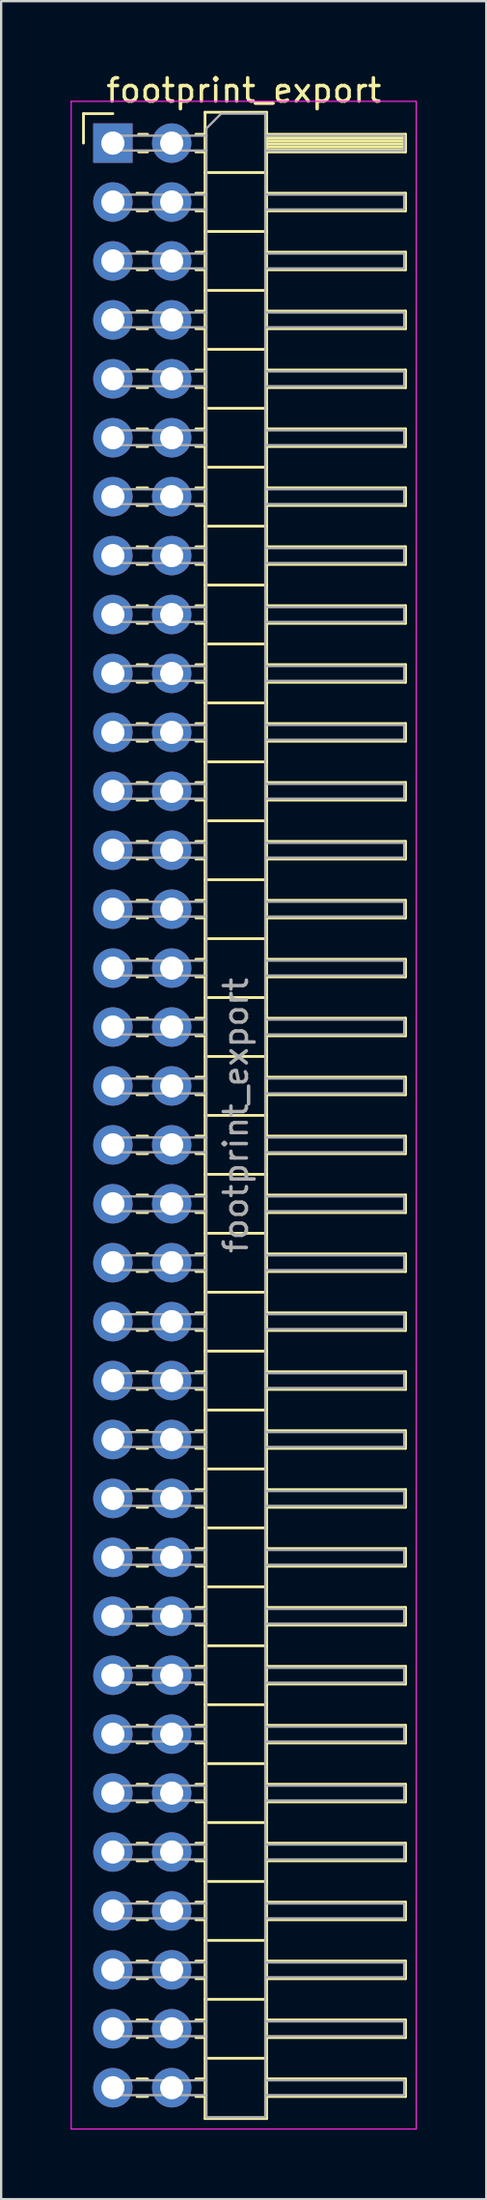
<source format=kicad_pcb>
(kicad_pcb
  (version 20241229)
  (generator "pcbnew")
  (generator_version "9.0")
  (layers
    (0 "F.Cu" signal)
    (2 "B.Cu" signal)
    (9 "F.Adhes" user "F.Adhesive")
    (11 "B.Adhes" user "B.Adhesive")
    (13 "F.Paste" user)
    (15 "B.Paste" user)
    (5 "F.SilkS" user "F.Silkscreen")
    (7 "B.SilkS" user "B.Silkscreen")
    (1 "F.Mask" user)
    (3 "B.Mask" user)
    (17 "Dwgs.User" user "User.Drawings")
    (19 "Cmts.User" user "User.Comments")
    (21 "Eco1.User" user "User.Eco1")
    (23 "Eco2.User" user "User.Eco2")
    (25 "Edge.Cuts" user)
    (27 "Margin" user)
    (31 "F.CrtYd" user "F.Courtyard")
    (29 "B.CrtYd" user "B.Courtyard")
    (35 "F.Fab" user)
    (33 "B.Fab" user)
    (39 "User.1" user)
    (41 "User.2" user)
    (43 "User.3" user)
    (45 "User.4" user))
  (footprint "footprint_export"
    (layer "F.Cu")
    (at 1.825 3.118)
    (property "Reference" "footprint_export" (at 5.655 -2.27 0) (layer "F.SilkS") (effects (font (size 1 1) (thickness 0.15))))
    (attr through_hole)
    (fp_line (start -1.27 -1.27) (end 0 -1.27) (stroke (width 0.12) (type solid)) (layer "F.SilkS"))
    (fp_line (start -1.27 0) (end -1.27 -1.27) (stroke (width 0.12) (type solid)) (layer "F.SilkS"))
    (fp_line (start 1.043 2.16) (end 1.497 2.16) (stroke (width 0.12) (type solid)) (layer "F.SilkS"))
    (fp_line (start 1.043 2.92) (end 1.497 2.92) (stroke (width 0.12) (type solid)) (layer "F.SilkS"))
    (fp_line (start 1.043 4.7) (end 1.497 4.7) (stroke (width 0.12) (type solid)) (layer "F.SilkS"))
    (fp_line (start 1.043 5.46) (end 1.497 5.46) (stroke (width 0.12) (type solid)) (layer "F.SilkS"))
    (fp_line (start 1.043 7.24) (end 1.497 7.24) (stroke (width 0.12) (type solid)) (layer "F.SilkS"))
    (fp_line (start 1.043 8) (end 1.497 8) (stroke (width 0.12) (type solid)) (layer "F.SilkS"))
    (fp_line (start 1.043 9.78) (end 1.497 9.78) (stroke (width 0.12) (type solid)) (layer "F.SilkS"))
    (fp_line (start 1.043 10.54) (end 1.497 10.54) (stroke (width 0.12) (type solid)) (layer "F.SilkS"))
    (fp_line (start 1.043 12.32) (end 1.497 12.32) (stroke (width 0.12) (type solid)) (layer "F.SilkS"))
    (fp_line (start 1.043 13.08) (end 1.497 13.08) (stroke (width 0.12) (type solid)) (layer "F.SilkS"))
    (fp_line (start 1.043 14.86) (end 1.497 14.86) (stroke (width 0.12) (type solid)) (layer "F.SilkS"))
    (fp_line (start 1.043 15.62) (end 1.497 15.62) (stroke (width 0.12) (type solid)) (layer "F.SilkS"))
    (fp_line (start 1.043 17.4) (end 1.497 17.4) (stroke (width 0.12) (type solid)) (layer "F.SilkS"))
    (fp_line (start 1.043 18.16) (end 1.497 18.16) (stroke (width 0.12) (type solid)) (layer "F.SilkS"))
    (fp_line (start 1.043 19.94) (end 1.497 19.94) (stroke (width 0.12) (type solid)) (layer "F.SilkS"))
    (fp_line (start 1.043 20.7) (end 1.497 20.7) (stroke (width 0.12) (type solid)) (layer "F.SilkS"))
    (fp_line (start 1.043 22.48) (end 1.497 22.48) (stroke (width 0.12) (type solid)) (layer "F.SilkS"))
    (fp_line (start 1.043 23.24) (end 1.497 23.24) (stroke (width 0.12) (type solid)) (layer "F.SilkS"))
    (fp_line (start 1.043 25.02) (end 1.497 25.02) (stroke (width 0.12) (type solid)) (layer "F.SilkS"))
    (fp_line (start 1.043 25.78) (end 1.497 25.78) (stroke (width 0.12) (type solid)) (layer "F.SilkS"))
    (fp_line (start 1.043 27.56) (end 1.497 27.56) (stroke (width 0.12) (type solid)) (layer "F.SilkS"))
    (fp_line (start 1.043 28.32) (end 1.497 28.32) (stroke (width 0.12) (type solid)) (layer "F.SilkS"))
    (fp_line (start 1.043 30.1) (end 1.497 30.1) (stroke (width 0.12) (type solid)) (layer "F.SilkS"))
    (fp_line (start 1.043 30.86) (end 1.497 30.86) (stroke (width 0.12) (type solid)) (layer "F.SilkS"))
    (fp_line (start 1.043 32.64) (end 1.497 32.64) (stroke (width 0.12) (type solid)) (layer "F.SilkS"))
    (fp_line (start 1.043 33.4) (end 1.497 33.4) (stroke (width 0.12) (type solid)) (layer "F.SilkS"))
    (fp_line (start 1.043 35.18) (end 1.497 35.18) (stroke (width 0.12) (type solid)) (layer "F.SilkS"))
    (fp_line (start 1.043 35.94) (end 1.497 35.94) (stroke (width 0.12) (type solid)) (layer "F.SilkS"))
    (fp_line (start 1.043 37.72) (end 1.497 37.72) (stroke (width 0.12) (type solid)) (layer "F.SilkS"))
    (fp_line (start 1.043 38.48) (end 1.497 38.48) (stroke (width 0.12) (type solid)) (layer "F.SilkS"))
    (fp_line (start 1.043 40.26) (end 1.497 40.26) (stroke (width 0.12) (type solid)) (layer "F.SilkS"))
    (fp_line (start 1.043 41.02) (end 1.497 41.02) (stroke (width 0.12) (type solid)) (layer "F.SilkS"))
    (fp_line (start 1.043 42.8) (end 1.497 42.8) (stroke (width 0.12) (type solid)) (layer "F.SilkS"))
    (fp_line (start 1.043 43.56) (end 1.497 43.56) (stroke (width 0.12) (type solid)) (layer "F.SilkS"))
    (fp_line (start 1.043 45.34) (end 1.497 45.34) (stroke (width 0.12) (type solid)) (layer "F.SilkS"))
    (fp_line (start 1.043 46.1) (end 1.497 46.1) (stroke (width 0.12) (type solid)) (layer "F.SilkS"))
    (fp_line (start 1.043 47.88) (end 1.497 47.88) (stroke (width 0.12) (type solid)) (layer "F.SilkS"))
    (fp_line (start 1.043 48.64) (end 1.497 48.64) (stroke (width 0.12) (type solid)) (layer "F.SilkS"))
    (fp_line (start 1.043 50.42) (end 1.497 50.42) (stroke (width 0.12) (type solid)) (layer "F.SilkS"))
    (fp_line (start 1.043 51.18) (end 1.497 51.18) (stroke (width 0.12) (type solid)) (layer "F.SilkS"))
    (fp_line (start 1.043 52.96) (end 1.497 52.96) (stroke (width 0.12) (type solid)) (layer "F.SilkS"))
    (fp_line (start 1.043 53.72) (end 1.497 53.72) (stroke (width 0.12) (type solid)) (layer "F.SilkS"))
    (fp_line (start 1.043 55.5) (end 1.497 55.5) (stroke (width 0.12) (type solid)) (layer "F.SilkS"))
    (fp_line (start 1.043 56.26) (end 1.497 56.26) (stroke (width 0.12) (type solid)) (layer "F.SilkS"))
    (fp_line (start 1.043 58.04) (end 1.497 58.04) (stroke (width 0.12) (type solid)) (layer "F.SilkS"))
    (fp_line (start 1.043 58.8) (end 1.497 58.8) (stroke (width 0.12) (type solid)) (layer "F.SilkS"))
    (fp_line (start 1.043 60.58) (end 1.497 60.58) (stroke (width 0.12) (type solid)) (layer "F.SilkS"))
    (fp_line (start 1.043 61.34) (end 1.497 61.34) (stroke (width 0.12) (type solid)) (layer "F.SilkS"))
    (fp_line (start 1.043 63.12) (end 1.497 63.12) (stroke (width 0.12) (type solid)) (layer "F.SilkS"))
    (fp_line (start 1.043 63.88) (end 1.497 63.88) (stroke (width 0.12) (type solid)) (layer "F.SilkS"))
    (fp_line (start 1.043 65.66) (end 1.497 65.66) (stroke (width 0.12) (type solid)) (layer "F.SilkS"))
    (fp_line (start 1.043 66.42) (end 1.497 66.42) (stroke (width 0.12) (type solid)) (layer "F.SilkS"))
    (fp_line (start 1.043 68.2) (end 1.497 68.2) (stroke (width 0.12) (type solid)) (layer "F.SilkS"))
    (fp_line (start 1.043 68.96) (end 1.497 68.96) (stroke (width 0.12) (type solid)) (layer "F.SilkS"))
    (fp_line (start 1.043 70.74) (end 1.497 70.74) (stroke (width 0.12) (type solid)) (layer "F.SilkS"))
    (fp_line (start 1.043 71.5) (end 1.497 71.5) (stroke (width 0.12) (type solid)) (layer "F.SilkS"))
    (fp_line (start 1.043 73.28) (end 1.497 73.28) (stroke (width 0.12) (type solid)) (layer "F.SilkS"))
    (fp_line (start 1.043 74.04) (end 1.497 74.04) (stroke (width 0.12) (type solid)) (layer "F.SilkS"))
    (fp_line (start 1.043 75.82) (end 1.497 75.82) (stroke (width 0.12) (type solid)) (layer "F.SilkS"))
    (fp_line (start 1.043 76.58) (end 1.497 76.58) (stroke (width 0.12) (type solid)) (layer "F.SilkS"))
    (fp_line (start 1.043 78.36) (end 1.497 78.36) (stroke (width 0.12) (type solid)) (layer "F.SilkS"))
    (fp_line (start 1.043 79.12) (end 1.497 79.12) (stroke (width 0.12) (type solid)) (layer "F.SilkS"))
    (fp_line (start 1.043 80.9) (end 1.497 80.9) (stroke (width 0.12) (type solid)) (layer "F.SilkS"))
    (fp_line (start 1.043 81.66) (end 1.497 81.66) (stroke (width 0.12) (type solid)) (layer "F.SilkS"))
    (fp_line (start 1.043 83.44) (end 1.497 83.44) (stroke (width 0.12) (type solid)) (layer "F.SilkS"))
    (fp_line (start 1.043 84.2) (end 1.497 84.2) (stroke (width 0.12) (type solid)) (layer "F.SilkS"))
    (fp_line (start 1.11 -0.38) (end 1.497 -0.38) (stroke (width 0.12) (type solid)) (layer "F.SilkS"))
    (fp_line (start 1.11 0.38) (end 1.497 0.38) (stroke (width 0.12) (type solid)) (layer "F.SilkS"))
    (fp_line (start 3.583 -0.38) (end 3.98 -0.38) (stroke (width 0.12) (type solid)) (layer "F.SilkS"))
    (fp_line (start 3.583 0.38) (end 3.98 0.38) (stroke (width 0.12) (type solid)) (layer "F.SilkS"))
    (fp_line (start 3.583 2.16) (end 3.98 2.16) (stroke (width 0.12) (type solid)) (layer "F.SilkS"))
    (fp_line (start 3.583 2.92) (end 3.98 2.92) (stroke (width 0.12) (type solid)) (layer "F.SilkS"))
    (fp_line (start 3.583 4.7) (end 3.98 4.7) (stroke (width 0.12) (type solid)) (layer "F.SilkS"))
    (fp_line (start 3.583 5.46) (end 3.98 5.46) (stroke (width 0.12) (type solid)) (layer "F.SilkS"))
    (fp_line (start 3.583 7.24) (end 3.98 7.24) (stroke (width 0.12) (type solid)) (layer "F.SilkS"))
    (fp_line (start 3.583 8) (end 3.98 8) (stroke (width 0.12) (type solid)) (layer "F.SilkS"))
    (fp_line (start 3.583 9.78) (end 3.98 9.78) (stroke (width 0.12) (type solid)) (layer "F.SilkS"))
    (fp_line (start 3.583 10.54) (end 3.98 10.54) (stroke (width 0.12) (type solid)) (layer "F.SilkS"))
    (fp_line (start 3.583 12.32) (end 3.98 12.32) (stroke (width 0.12) (type solid)) (layer "F.SilkS"))
    (fp_line (start 3.583 13.08) (end 3.98 13.08) (stroke (width 0.12) (type solid)) (layer "F.SilkS"))
    (fp_line (start 3.583 14.86) (end 3.98 14.86) (stroke (width 0.12) (type solid)) (layer "F.SilkS"))
    (fp_line (start 3.583 15.62) (end 3.98 15.62) (stroke (width 0.12) (type solid)) (layer "F.SilkS"))
    (fp_line (start 3.583 17.4) (end 3.98 17.4) (stroke (width 0.12) (type solid)) (layer "F.SilkS"))
    (fp_line (start 3.583 18.16) (end 3.98 18.16) (stroke (width 0.12) (type solid)) (layer "F.SilkS"))
    (fp_line (start 3.583 19.94) (end 3.98 19.94) (stroke (width 0.12) (type solid)) (layer "F.SilkS"))
    (fp_line (start 3.583 20.7) (end 3.98 20.7) (stroke (width 0.12) (type solid)) (layer "F.SilkS"))
    (fp_line (start 3.583 22.48) (end 3.98 22.48) (stroke (width 0.12) (type solid)) (layer "F.SilkS"))
    (fp_line (start 3.583 23.24) (end 3.98 23.24) (stroke (width 0.12) (type solid)) (layer "F.SilkS"))
    (fp_line (start 3.583 25.02) (end 3.98 25.02) (stroke (width 0.12) (type solid)) (layer "F.SilkS"))
    (fp_line (start 3.583 25.78) (end 3.98 25.78) (stroke (width 0.12) (type solid)) (layer "F.SilkS"))
    (fp_line (start 3.583 27.56) (end 3.98 27.56) (stroke (width 0.12) (type solid)) (layer "F.SilkS"))
    (fp_line (start 3.583 28.32) (end 3.98 28.32) (stroke (width 0.12) (type solid)) (layer "F.SilkS"))
    (fp_line (start 3.583 30.1) (end 3.98 30.1) (stroke (width 0.12) (type solid)) (layer "F.SilkS"))
    (fp_line (start 3.583 30.86) (end 3.98 30.86) (stroke (width 0.12) (type solid)) (layer "F.SilkS"))
    (fp_line (start 3.583 32.64) (end 3.98 32.64) (stroke (width 0.12) (type solid)) (layer "F.SilkS"))
    (fp_line (start 3.583 33.4) (end 3.98 33.4) (stroke (width 0.12) (type solid)) (layer "F.SilkS"))
    (fp_line (start 3.583 35.18) (end 3.98 35.18) (stroke (width 0.12) (type solid)) (layer "F.SilkS"))
    (fp_line (start 3.583 35.94) (end 3.98 35.94) (stroke (width 0.12) (type solid)) (layer "F.SilkS"))
    (fp_line (start 3.583 37.72) (end 3.98 37.72) (stroke (width 0.12) (type solid)) (layer "F.SilkS"))
    (fp_line (start 3.583 38.48) (end 3.98 38.48) (stroke (width 0.12) (type solid)) (layer "F.SilkS"))
    (fp_line (start 3.583 40.26) (end 3.98 40.26) (stroke (width 0.12) (type solid)) (layer "F.SilkS"))
    (fp_line (start 3.583 41.02) (end 3.98 41.02) (stroke (width 0.12) (type solid)) (layer "F.SilkS"))
    (fp_line (start 3.583 42.8) (end 3.98 42.8) (stroke (width 0.12) (type solid)) (layer "F.SilkS"))
    (fp_line (start 3.583 43.56) (end 3.98 43.56) (stroke (width 0.12) (type solid)) (layer "F.SilkS"))
    (fp_line (start 3.583 45.34) (end 3.98 45.34) (stroke (width 0.12) (type solid)) (layer "F.SilkS"))
    (fp_line (start 3.583 46.1) (end 3.98 46.1) (stroke (width 0.12) (type solid)) (layer "F.SilkS"))
    (fp_line (start 3.583 47.88) (end 3.98 47.88) (stroke (width 0.12) (type solid)) (layer "F.SilkS"))
    (fp_line (start 3.583 48.64) (end 3.98 48.64) (stroke (width 0.12) (type solid)) (layer "F.SilkS"))
    (fp_line (start 3.583 50.42) (end 3.98 50.42) (stroke (width 0.12) (type solid)) (layer "F.SilkS"))
    (fp_line (start 3.583 51.18) (end 3.98 51.18) (stroke (width 0.12) (type solid)) (layer "F.SilkS"))
    (fp_line (start 3.583 52.96) (end 3.98 52.96) (stroke (width 0.12) (type solid)) (layer "F.SilkS"))
    (fp_line (start 3.583 53.72) (end 3.98 53.72) (stroke (width 0.12) (type solid)) (layer "F.SilkS"))
    (fp_line (start 3.583 55.5) (end 3.98 55.5) (stroke (width 0.12) (type solid)) (layer "F.SilkS"))
    (fp_line (start 3.583 56.26) (end 3.98 56.26) (stroke (width 0.12) (type solid)) (layer "F.SilkS"))
    (fp_line (start 3.583 58.04) (end 3.98 58.04) (stroke (width 0.12) (type solid)) (layer "F.SilkS"))
    (fp_line (start 3.583 58.8) (end 3.98 58.8) (stroke (width 0.12) (type solid)) (layer "F.SilkS"))
    (fp_line (start 3.583 60.58) (end 3.98 60.58) (stroke (width 0.12) (type solid)) (layer "F.SilkS"))
    (fp_line (start 3.583 61.34) (end 3.98 61.34) (stroke (width 0.12) (type solid)) (layer "F.SilkS"))
    (fp_line (start 3.583 63.12) (end 3.98 63.12) (stroke (width 0.12) (type solid)) (layer "F.SilkS"))
    (fp_line (start 3.583 63.88) (end 3.98 63.88) (stroke (width 0.12) (type solid)) (layer "F.SilkS"))
    (fp_line (start 3.583 65.66) (end 3.98 65.66) (stroke (width 0.12) (type solid)) (layer "F.SilkS"))
    (fp_line (start 3.583 66.42) (end 3.98 66.42) (stroke (width 0.12) (type solid)) (layer "F.SilkS"))
    (fp_line (start 3.583 68.2) (end 3.98 68.2) (stroke (width 0.12) (type solid)) (layer "F.SilkS"))
    (fp_line (start 3.583 68.96) (end 3.98 68.96) (stroke (width 0.12) (type solid)) (layer "F.SilkS"))
    (fp_line (start 3.583 70.74) (end 3.98 70.74) (stroke (width 0.12) (type solid)) (layer "F.SilkS"))
    (fp_line (start 3.583 71.5) (end 3.98 71.5) (stroke (width 0.12) (type solid)) (layer "F.SilkS"))
    (fp_line (start 3.583 73.28) (end 3.98 73.28) (stroke (width 0.12) (type solid)) (layer "F.SilkS"))
    (fp_line (start 3.583 74.04) (end 3.98 74.04) (stroke (width 0.12) (type solid)) (layer "F.SilkS"))
    (fp_line (start 3.583 75.82) (end 3.98 75.82) (stroke (width 0.12) (type solid)) (layer "F.SilkS"))
    (fp_line (start 3.583 76.58) (end 3.98 76.58) (stroke (width 0.12) (type solid)) (layer "F.SilkS"))
    (fp_line (start 3.583 78.36) (end 3.98 78.36) (stroke (width 0.12) (type solid)) (layer "F.SilkS"))
    (fp_line (start 3.583 79.12) (end 3.98 79.12) (stroke (width 0.12) (type solid)) (layer "F.SilkS"))
    (fp_line (start 3.583 80.9) (end 3.98 80.9) (stroke (width 0.12) (type solid)) (layer "F.SilkS"))
    (fp_line (start 3.583 81.66) (end 3.98 81.66) (stroke (width 0.12) (type solid)) (layer "F.SilkS"))
    (fp_line (start 3.583 83.44) (end 3.98 83.44) (stroke (width 0.12) (type solid)) (layer "F.SilkS"))
    (fp_line (start 3.583 84.2) (end 3.98 84.2) (stroke (width 0.12) (type solid)) (layer "F.SilkS"))
    (fp_line (start 3.98 -1.33) (end 3.98 85.15) (stroke (width 0.12) (type solid)) (layer "F.SilkS"))
    (fp_line (start 3.98 1.27) (end 6.64 1.27) (stroke (width 0.12) (type solid)) (layer "F.SilkS"))
    (fp_line (start 3.98 3.81) (end 6.64 3.81) (stroke (width 0.12) (type solid)) (layer "F.SilkS"))
    (fp_line (start 3.98 6.35) (end 6.64 6.35) (stroke (width 0.12) (type solid)) (layer "F.SilkS"))
    (fp_line (start 3.98 8.89) (end 6.64 8.89) (stroke (width 0.12) (type solid)) (layer "F.SilkS"))
    (fp_line (start 3.98 11.43) (end 6.64 11.43) (stroke (width 0.12) (type solid)) (layer "F.SilkS"))
    (fp_line (start 3.98 13.97) (end 6.64 13.97) (stroke (width 0.12) (type solid)) (layer "F.SilkS"))
    (fp_line (start 3.98 16.51) (end 6.64 16.51) (stroke (width 0.12) (type solid)) (layer "F.SilkS"))
    (fp_line (start 3.98 19.05) (end 6.64 19.05) (stroke (width 0.12) (type solid)) (layer "F.SilkS"))
    (fp_line (start 3.98 21.59) (end 6.64 21.59) (stroke (width 0.12) (type solid)) (layer "F.SilkS"))
    (fp_line (start 3.98 24.13) (end 6.64 24.13) (stroke (width 0.12) (type solid)) (layer "F.SilkS"))
    (fp_line (start 3.98 26.67) (end 6.64 26.67) (stroke (width 0.12) (type solid)) (layer "F.SilkS"))
    (fp_line (start 3.98 29.21) (end 6.64 29.21) (stroke (width 0.12) (type solid)) (layer "F.SilkS"))
    (fp_line (start 3.98 31.75) (end 6.64 31.75) (stroke (width 0.12) (type solid)) (layer "F.SilkS"))
    (fp_line (start 3.98 34.29) (end 6.64 34.29) (stroke (width 0.12) (type solid)) (layer "F.SilkS"))
    (fp_line (start 3.98 36.83) (end 6.64 36.83) (stroke (width 0.12) (type solid)) (layer "F.SilkS"))
    (fp_line (start 3.98 39.37) (end 6.64 39.37) (stroke (width 0.12) (type solid)) (layer "F.SilkS"))
    (fp_line (start 3.98 41.91) (end 6.64 41.91) (stroke (width 0.12) (type solid)) (layer "F.SilkS"))
    (fp_line (start 3.98 44.45) (end 6.64 44.45) (stroke (width 0.12) (type solid)) (layer "F.SilkS"))
    (fp_line (start 3.98 46.99) (end 6.64 46.99) (stroke (width 0.12) (type solid)) (layer "F.SilkS"))
    (fp_line (start 3.98 49.53) (end 6.64 49.53) (stroke (width 0.12) (type solid)) (layer "F.SilkS"))
    (fp_line (start 3.98 52.07) (end 6.64 52.07) (stroke (width 0.12) (type solid)) (layer "F.SilkS"))
    (fp_line (start 3.98 54.61) (end 6.64 54.61) (stroke (width 0.12) (type solid)) (layer "F.SilkS"))
    (fp_line (start 3.98 57.15) (end 6.64 57.15) (stroke (width 0.12) (type solid)) (layer "F.SilkS"))
    (fp_line (start 3.98 59.69) (end 6.64 59.69) (stroke (width 0.12) (type solid)) (layer "F.SilkS"))
    (fp_line (start 3.98 62.23) (end 6.64 62.23) (stroke (width 0.12) (type solid)) (layer "F.SilkS"))
    (fp_line (start 3.98 64.77) (end 6.64 64.77) (stroke (width 0.12) (type solid)) (layer "F.SilkS"))
    (fp_line (start 3.98 67.31) (end 6.64 67.31) (stroke (width 0.12) (type solid)) (layer "F.SilkS"))
    (fp_line (start 3.98 69.85) (end 6.64 69.85) (stroke (width 0.12) (type solid)) (layer "F.SilkS"))
    (fp_line (start 3.98 72.39) (end 6.64 72.39) (stroke (width 0.12) (type solid)) (layer "F.SilkS"))
    (fp_line (start 3.98 74.93) (end 6.64 74.93) (stroke (width 0.12) (type solid)) (layer "F.SilkS"))
    (fp_line (start 3.98 77.47) (end 6.64 77.47) (stroke (width 0.12) (type solid)) (layer "F.SilkS"))
    (fp_line (start 3.98 80.01) (end 6.64 80.01) (stroke (width 0.12) (type solid)) (layer "F.SilkS"))
    (fp_line (start 3.98 82.55) (end 6.64 82.55) (stroke (width 0.12) (type solid)) (layer "F.SilkS"))
    (fp_line (start 3.98 85.15) (end 6.64 85.15) (stroke (width 0.12) (type solid)) (layer "F.SilkS"))
    (fp_line (start 6.64 -1.33) (end 3.98 -1.33) (stroke (width 0.12) (type solid)) (layer "F.SilkS"))
    (fp_line (start 6.64 -0.38) (end 12.64 -0.38) (stroke (width 0.12) (type solid)) (layer "F.SilkS"))
    (fp_line (start 6.64 -0.32) (end 12.64 -0.32) (stroke (width 0.12) (type solid)) (layer "F.SilkS"))
    (fp_line (start 6.64 -0.2) (end 12.64 -0.2) (stroke (width 0.12) (type solid)) (layer "F.SilkS"))
    (fp_line (start 6.64 -0.08) (end 12.64 -0.08) (stroke (width 0.12) (type solid)) (layer "F.SilkS"))
    (fp_line (start 6.64 0.04) (end 12.64 0.04) (stroke (width 0.12) (type solid)) (layer "F.SilkS"))
    (fp_line (start 6.64 0.16) (end 12.64 0.16) (stroke (width 0.12) (type solid)) (layer "F.SilkS"))
    (fp_line (start 6.64 0.28) (end 12.64 0.28) (stroke (width 0.12) (type solid)) (layer "F.SilkS"))
    (fp_line (start 6.64 2.16) (end 12.64 2.16) (stroke (width 0.12) (type solid)) (layer "F.SilkS"))
    (fp_line (start 6.64 4.7) (end 12.64 4.7) (stroke (width 0.12) (type solid)) (layer "F.SilkS"))
    (fp_line (start 6.64 7.24) (end 12.64 7.24) (stroke (width 0.12) (type solid)) (layer "F.SilkS"))
    (fp_line (start 6.64 9.78) (end 12.64 9.78) (stroke (width 0.12) (type solid)) (layer "F.SilkS"))
    (fp_line (start 6.64 12.32) (end 12.64 12.32) (stroke (width 0.12) (type solid)) (layer "F.SilkS"))
    (fp_line (start 6.64 14.86) (end 12.64 14.86) (stroke (width 0.12) (type solid)) (layer "F.SilkS"))
    (fp_line (start 6.64 17.4) (end 12.64 17.4) (stroke (width 0.12) (type solid)) (layer "F.SilkS"))
    (fp_line (start 6.64 19.94) (end 12.64 19.94) (stroke (width 0.12) (type solid)) (layer "F.SilkS"))
    (fp_line (start 6.64 22.48) (end 12.64 22.48) (stroke (width 0.12) (type solid)) (layer "F.SilkS"))
    (fp_line (start 6.64 25.02) (end 12.64 25.02) (stroke (width 0.12) (type solid)) (layer "F.SilkS"))
    (fp_line (start 6.64 27.56) (end 12.64 27.56) (stroke (width 0.12) (type solid)) (layer "F.SilkS"))
    (fp_line (start 6.64 30.1) (end 12.64 30.1) (stroke (width 0.12) (type solid)) (layer "F.SilkS"))
    (fp_line (start 6.64 32.64) (end 12.64 32.64) (stroke (width 0.12) (type solid)) (layer "F.SilkS"))
    (fp_line (start 6.64 35.18) (end 12.64 35.18) (stroke (width 0.12) (type solid)) (layer "F.SilkS"))
    (fp_line (start 6.64 37.72) (end 12.64 37.72) (stroke (width 0.12) (type solid)) (layer "F.SilkS"))
    (fp_line (start 6.64 40.26) (end 12.64 40.26) (stroke (width 0.12) (type solid)) (layer "F.SilkS"))
    (fp_line (start 6.64 42.8) (end 12.64 42.8) (stroke (width 0.12) (type solid)) (layer "F.SilkS"))
    (fp_line (start 6.64 45.34) (end 12.64 45.34) (stroke (width 0.12) (type solid)) (layer "F.SilkS"))
    (fp_line (start 6.64 47.88) (end 12.64 47.88) (stroke (width 0.12) (type solid)) (layer "F.SilkS"))
    (fp_line (start 6.64 50.42) (end 12.64 50.42) (stroke (width 0.12) (type solid)) (layer "F.SilkS"))
    (fp_line (start 6.64 52.96) (end 12.64 52.96) (stroke (width 0.12) (type solid)) (layer "F.SilkS"))
    (fp_line (start 6.64 55.5) (end 12.64 55.5) (stroke (width 0.12) (type solid)) (layer "F.SilkS"))
    (fp_line (start 6.64 58.04) (end 12.64 58.04) (stroke (width 0.12) (type solid)) (layer "F.SilkS"))
    (fp_line (start 6.64 60.58) (end 12.64 60.58) (stroke (width 0.12) (type solid)) (layer "F.SilkS"))
    (fp_line (start 6.64 63.12) (end 12.64 63.12) (stroke (width 0.12) (type solid)) (layer "F.SilkS"))
    (fp_line (start 6.64 65.66) (end 12.64 65.66) (stroke (width 0.12) (type solid)) (layer "F.SilkS"))
    (fp_line (start 6.64 68.2) (end 12.64 68.2) (stroke (width 0.12) (type solid)) (layer "F.SilkS"))
    (fp_line (start 6.64 70.74) (end 12.64 70.74) (stroke (width 0.12) (type solid)) (layer "F.SilkS"))
    (fp_line (start 6.64 73.28) (end 12.64 73.28) (stroke (width 0.12) (type solid)) (layer "F.SilkS"))
    (fp_line (start 6.64 75.82) (end 12.64 75.82) (stroke (width 0.12) (type solid)) (layer "F.SilkS"))
    (fp_line (start 6.64 78.36) (end 12.64 78.36) (stroke (width 0.12) (type solid)) (layer "F.SilkS"))
    (fp_line (start 6.64 80.9) (end 12.64 80.9) (stroke (width 0.12) (type solid)) (layer "F.SilkS"))
    (fp_line (start 6.64 83.44) (end 12.64 83.44) (stroke (width 0.12) (type solid)) (layer "F.SilkS"))
    (fp_line (start 6.64 85.15) (end 6.64 -1.33) (stroke (width 0.12) (type solid)) (layer "F.SilkS"))
    (fp_line (start 12.64 -0.38) (end 12.64 0.38) (stroke (width 0.12) (type solid)) (layer "F.SilkS"))
    (fp_line (start 12.64 0.38) (end 6.64 0.38) (stroke (width 0.12) (type solid)) (layer "F.SilkS"))
    (fp_line (start 12.64 2.16) (end 12.64 2.92) (stroke (width 0.12) (type solid)) (layer "F.SilkS"))
    (fp_line (start 12.64 2.92) (end 6.64 2.92) (stroke (width 0.12) (type solid)) (layer "F.SilkS"))
    (fp_line (start 12.64 4.7) (end 12.64 5.46) (stroke (width 0.12) (type solid)) (layer "F.SilkS"))
    (fp_line (start 12.64 5.46) (end 6.64 5.46) (stroke (width 0.12) (type solid)) (layer "F.SilkS"))
    (fp_line (start 12.64 7.24) (end 12.64 8) (stroke (width 0.12) (type solid)) (layer "F.SilkS"))
    (fp_line (start 12.64 8) (end 6.64 8) (stroke (width 0.12) (type solid)) (layer "F.SilkS"))
    (fp_line (start 12.64 9.78) (end 12.64 10.54) (stroke (width 0.12) (type solid)) (layer "F.SilkS"))
    (fp_line (start 12.64 10.54) (end 6.64 10.54) (stroke (width 0.12) (type solid)) (layer "F.SilkS"))
    (fp_line (start 12.64 12.32) (end 12.64 13.08) (stroke (width 0.12) (type solid)) (layer "F.SilkS"))
    (fp_line (start 12.64 13.08) (end 6.64 13.08) (stroke (width 0.12) (type solid)) (layer "F.SilkS"))
    (fp_line (start 12.64 14.86) (end 12.64 15.62) (stroke (width 0.12) (type solid)) (layer "F.SilkS"))
    (fp_line (start 12.64 15.62) (end 6.64 15.62) (stroke (width 0.12) (type solid)) (layer "F.SilkS"))
    (fp_line (start 12.64 17.4) (end 12.64 18.16) (stroke (width 0.12) (type solid)) (layer "F.SilkS"))
    (fp_line (start 12.64 18.16) (end 6.64 18.16) (stroke (width 0.12) (type solid)) (layer "F.SilkS"))
    (fp_line (start 12.64 19.94) (end 12.64 20.7) (stroke (width 0.12) (type solid)) (layer "F.SilkS"))
    (fp_line (start 12.64 20.7) (end 6.64 20.7) (stroke (width 0.12) (type solid)) (layer "F.SilkS"))
    (fp_line (start 12.64 22.48) (end 12.64 23.24) (stroke (width 0.12) (type solid)) (layer "F.SilkS"))
    (fp_line (start 12.64 23.24) (end 6.64 23.24) (stroke (width 0.12) (type solid)) (layer "F.SilkS"))
    (fp_line (start 12.64 25.02) (end 12.64 25.78) (stroke (width 0.12) (type solid)) (layer "F.SilkS"))
    (fp_line (start 12.64 25.78) (end 6.64 25.78) (stroke (width 0.12) (type solid)) (layer "F.SilkS"))
    (fp_line (start 12.64 27.56) (end 12.64 28.32) (stroke (width 0.12) (type solid)) (layer "F.SilkS"))
    (fp_line (start 12.64 28.32) (end 6.64 28.32) (stroke (width 0.12) (type solid)) (layer "F.SilkS"))
    (fp_line (start 12.64 30.1) (end 12.64 30.86) (stroke (width 0.12) (type solid)) (layer "F.SilkS"))
    (fp_line (start 12.64 30.86) (end 6.64 30.86) (stroke (width 0.12) (type solid)) (layer "F.SilkS"))
    (fp_line (start 12.64 32.64) (end 12.64 33.4) (stroke (width 0.12) (type solid)) (layer "F.SilkS"))
    (fp_line (start 12.64 33.4) (end 6.64 33.4) (stroke (width 0.12) (type solid)) (layer "F.SilkS"))
    (fp_line (start 12.64 35.18) (end 12.64 35.94) (stroke (width 0.12) (type solid)) (layer "F.SilkS"))
    (fp_line (start 12.64 35.94) (end 6.64 35.94) (stroke (width 0.12) (type solid)) (layer "F.SilkS"))
    (fp_line (start 12.64 37.72) (end 12.64 38.48) (stroke (width 0.12) (type solid)) (layer "F.SilkS"))
    (fp_line (start 12.64 38.48) (end 6.64 38.48) (stroke (width 0.12) (type solid)) (layer "F.SilkS"))
    (fp_line (start 12.64 40.26) (end 12.64 41.02) (stroke (width 0.12) (type solid)) (layer "F.SilkS"))
    (fp_line (start 12.64 41.02) (end 6.64 41.02) (stroke (width 0.12) (type solid)) (layer "F.SilkS"))
    (fp_line (start 12.64 42.8) (end 12.64 43.56) (stroke (width 0.12) (type solid)) (layer "F.SilkS"))
    (fp_line (start 12.64 43.56) (end 6.64 43.56) (stroke (width 0.12) (type solid)) (layer "F.SilkS"))
    (fp_line (start 12.64 45.34) (end 12.64 46.1) (stroke (width 0.12) (type solid)) (layer "F.SilkS"))
    (fp_line (start 12.64 46.1) (end 6.64 46.1) (stroke (width 0.12) (type solid)) (layer "F.SilkS"))
    (fp_line (start 12.64 47.88) (end 12.64 48.64) (stroke (width 0.12) (type solid)) (layer "F.SilkS"))
    (fp_line (start 12.64 48.64) (end 6.64 48.64) (stroke (width 0.12) (type solid)) (layer "F.SilkS"))
    (fp_line (start 12.64 50.42) (end 12.64 51.18) (stroke (width 0.12) (type solid)) (layer "F.SilkS"))
    (fp_line (start 12.64 51.18) (end 6.64 51.18) (stroke (width 0.12) (type solid)) (layer "F.SilkS"))
    (fp_line (start 12.64 52.96) (end 12.64 53.72) (stroke (width 0.12) (type solid)) (layer "F.SilkS"))
    (fp_line (start 12.64 53.72) (end 6.64 53.72) (stroke (width 0.12) (type solid)) (layer "F.SilkS"))
    (fp_line (start 12.64 55.5) (end 12.64 56.26) (stroke (width 0.12) (type solid)) (layer "F.SilkS"))
    (fp_line (start 12.64 56.26) (end 6.64 56.26) (stroke (width 0.12) (type solid)) (layer "F.SilkS"))
    (fp_line (start 12.64 58.04) (end 12.64 58.8) (stroke (width 0.12) (type solid)) (layer "F.SilkS"))
    (fp_line (start 12.64 58.8) (end 6.64 58.8) (stroke (width 0.12) (type solid)) (layer "F.SilkS"))
    (fp_line (start 12.64 60.58) (end 12.64 61.34) (stroke (width 0.12) (type solid)) (layer "F.SilkS"))
    (fp_line (start 12.64 61.34) (end 6.64 61.34) (stroke (width 0.12) (type solid)) (layer "F.SilkS"))
    (fp_line (start 12.64 63.12) (end 12.64 63.88) (stroke (width 0.12) (type solid)) (layer "F.SilkS"))
    (fp_line (start 12.64 63.88) (end 6.64 63.88) (stroke (width 0.12) (type solid)) (layer "F.SilkS"))
    (fp_line (start 12.64 65.66) (end 12.64 66.42) (stroke (width 0.12) (type solid)) (layer "F.SilkS"))
    (fp_line (start 12.64 66.42) (end 6.64 66.42) (stroke (width 0.12) (type solid)) (layer "F.SilkS"))
    (fp_line (start 12.64 68.2) (end 12.64 68.96) (stroke (width 0.12) (type solid)) (layer "F.SilkS"))
    (fp_line (start 12.64 68.96) (end 6.64 68.96) (stroke (width 0.12) (type solid)) (layer "F.SilkS"))
    (fp_line (start 12.64 70.74) (end 12.64 71.5) (stroke (width 0.12) (type solid)) (layer "F.SilkS"))
    (fp_line (start 12.64 71.5) (end 6.64 71.5) (stroke (width 0.12) (type solid)) (layer "F.SilkS"))
    (fp_line (start 12.64 73.28) (end 12.64 74.04) (stroke (width 0.12) (type solid)) (layer "F.SilkS"))
    (fp_line (start 12.64 74.04) (end 6.64 74.04) (stroke (width 0.12) (type solid)) (layer "F.SilkS"))
    (fp_line (start 12.64 75.82) (end 12.64 76.58) (stroke (width 0.12) (type solid)) (layer "F.SilkS"))
    (fp_line (start 12.64 76.58) (end 6.64 76.58) (stroke (width 0.12) (type solid)) (layer "F.SilkS"))
    (fp_line (start 12.64 78.36) (end 12.64 79.12) (stroke (width 0.12) (type solid)) (layer "F.SilkS"))
    (fp_line (start 12.64 79.12) (end 6.64 79.12) (stroke (width 0.12) (type solid)) (layer "F.SilkS"))
    (fp_line (start 12.64 80.9) (end 12.64 81.66) (stroke (width 0.12) (type solid)) (layer "F.SilkS"))
    (fp_line (start 12.64 81.66) (end 6.64 81.66) (stroke (width 0.12) (type solid)) (layer "F.SilkS"))
    (fp_line (start 12.64 83.44) (end 12.64 84.2) (stroke (width 0.12) (type solid)) (layer "F.SilkS"))
    (fp_line (start 12.64 84.2) (end 6.64 84.2) (stroke (width 0.12) (type solid)) (layer "F.SilkS"))
    (fp_line (start -1.8 -1.8) (end -1.8 85.6) (stroke (width 0.05) (type solid)) (layer "F.CrtYd"))
    (fp_line (start -1.8 85.6) (end 13.1 85.6) (stroke (width 0.05) (type solid)) (layer "F.CrtYd"))
    (fp_line (start 13.1 -1.8) (end -1.8 -1.8) (stroke (width 0.05) (type solid)) (layer "F.CrtYd"))
    (fp_line (start 13.1 85.6) (end 13.1 -1.8) (stroke (width 0.05) (type solid)) (layer "F.CrtYd"))
    (fp_line (start -0.32 -0.32) (end -0.32 0.32) (stroke (width 0.1) (type solid)) (layer "F.Fab"))
    (fp_line (start -0.32 -0.32) (end 4.04 -0.32) (stroke (width 0.1) (type solid)) (layer "F.Fab"))
    (fp_line (start -0.32 0.32) (end 4.04 0.32) (stroke (width 0.1) (type solid)) (layer "F.Fab"))
    (fp_line (start -0.32 2.22) (end -0.32 2.86) (stroke (width 0.1) (type solid)) (layer "F.Fab"))
    (fp_line (start -0.32 2.22) (end 4.04 2.22) (stroke (width 0.1) (type solid)) (layer "F.Fab"))
    (fp_line (start -0.32 2.86) (end 4.04 2.86) (stroke (width 0.1) (type solid)) (layer "F.Fab"))
    (fp_line (start -0.32 4.76) (end -0.32 5.4) (stroke (width 0.1) (type solid)) (layer "F.Fab"))
    (fp_line (start -0.32 4.76) (end 4.04 4.76) (stroke (width 0.1) (type solid)) (layer "F.Fab"))
    (fp_line (start -0.32 5.4) (end 4.04 5.4) (stroke (width 0.1) (type solid)) (layer "F.Fab"))
    (fp_line (start -0.32 7.3) (end -0.32 7.94) (stroke (width 0.1) (type solid)) (layer "F.Fab"))
    (fp_line (start -0.32 7.3) (end 4.04 7.3) (stroke (width 0.1) (type solid)) (layer "F.Fab"))
    (fp_line (start -0.32 7.94) (end 4.04 7.94) (stroke (width 0.1) (type solid)) (layer "F.Fab"))
    (fp_line (start -0.32 9.84) (end -0.32 10.48) (stroke (width 0.1) (type solid)) (layer "F.Fab"))
    (fp_line (start -0.32 9.84) (end 4.04 9.84) (stroke (width 0.1) (type solid)) (layer "F.Fab"))
    (fp_line (start -0.32 10.48) (end 4.04 10.48) (stroke (width 0.1) (type solid)) (layer "F.Fab"))
    (fp_line (start -0.32 12.38) (end -0.32 13.02) (stroke (width 0.1) (type solid)) (layer "F.Fab"))
    (fp_line (start -0.32 12.38) (end 4.04 12.38) (stroke (width 0.1) (type solid)) (layer "F.Fab"))
    (fp_line (start -0.32 13.02) (end 4.04 13.02) (stroke (width 0.1) (type solid)) (layer "F.Fab"))
    (fp_line (start -0.32 14.92) (end -0.32 15.56) (stroke (width 0.1) (type solid)) (layer "F.Fab"))
    (fp_line (start -0.32 14.92) (end 4.04 14.92) (stroke (width 0.1) (type solid)) (layer "F.Fab"))
    (fp_line (start -0.32 15.56) (end 4.04 15.56) (stroke (width 0.1) (type solid)) (layer "F.Fab"))
    (fp_line (start -0.32 17.46) (end -0.32 18.1) (stroke (width 0.1) (type solid)) (layer "F.Fab"))
    (fp_line (start -0.32 17.46) (end 4.04 17.46) (stroke (width 0.1) (type solid)) (layer "F.Fab"))
    (fp_line (start -0.32 18.1) (end 4.04 18.1) (stroke (width 0.1) (type solid)) (layer "F.Fab"))
    (fp_line (start -0.32 20) (end -0.32 20.64) (stroke (width 0.1) (type solid)) (layer "F.Fab"))
    (fp_line (start -0.32 20) (end 4.04 20) (stroke (width 0.1) (type solid)) (layer "F.Fab"))
    (fp_line (start -0.32 20.64) (end 4.04 20.64) (stroke (width 0.1) (type solid)) (layer "F.Fab"))
    (fp_line (start -0.32 22.54) (end -0.32 23.18) (stroke (width 0.1) (type solid)) (layer "F.Fab"))
    (fp_line (start -0.32 22.54) (end 4.04 22.54) (stroke (width 0.1) (type solid)) (layer "F.Fab"))
    (fp_line (start -0.32 23.18) (end 4.04 23.18) (stroke (width 0.1) (type solid)) (layer "F.Fab"))
    (fp_line (start -0.32 25.08) (end -0.32 25.72) (stroke (width 0.1) (type solid)) (layer "F.Fab"))
    (fp_line (start -0.32 25.08) (end 4.04 25.08) (stroke (width 0.1) (type solid)) (layer "F.Fab"))
    (fp_line (start -0.32 25.72) (end 4.04 25.72) (stroke (width 0.1) (type solid)) (layer "F.Fab"))
    (fp_line (start -0.32 27.62) (end -0.32 28.26) (stroke (width 0.1) (type solid)) (layer "F.Fab"))
    (fp_line (start -0.32 27.62) (end 4.04 27.62) (stroke (width 0.1) (type solid)) (layer "F.Fab"))
    (fp_line (start -0.32 28.26) (end 4.04 28.26) (stroke (width 0.1) (type solid)) (layer "F.Fab"))
    (fp_line (start -0.32 30.16) (end -0.32 30.8) (stroke (width 0.1) (type solid)) (layer "F.Fab"))
    (fp_line (start -0.32 30.16) (end 4.04 30.16) (stroke (width 0.1) (type solid)) (layer "F.Fab"))
    (fp_line (start -0.32 30.8) (end 4.04 30.8) (stroke (width 0.1) (type solid)) (layer "F.Fab"))
    (fp_line (start -0.32 32.7) (end -0.32 33.34) (stroke (width 0.1) (type solid)) (layer "F.Fab"))
    (fp_line (start -0.32 32.7) (end 4.04 32.7) (stroke (width 0.1) (type solid)) (layer "F.Fab"))
    (fp_line (start -0.32 33.34) (end 4.04 33.34) (stroke (width 0.1) (type solid)) (layer "F.Fab"))
    (fp_line (start -0.32 35.24) (end -0.32 35.88) (stroke (width 0.1) (type solid)) (layer "F.Fab"))
    (fp_line (start -0.32 35.24) (end 4.04 35.24) (stroke (width 0.1) (type solid)) (layer "F.Fab"))
    (fp_line (start -0.32 35.88) (end 4.04 35.88) (stroke (width 0.1) (type solid)) (layer "F.Fab"))
    (fp_line (start -0.32 37.78) (end -0.32 38.42) (stroke (width 0.1) (type solid)) (layer "F.Fab"))
    (fp_line (start -0.32 37.78) (end 4.04 37.78) (stroke (width 0.1) (type solid)) (layer "F.Fab"))
    (fp_line (start -0.32 38.42) (end 4.04 38.42) (stroke (width 0.1) (type solid)) (layer "F.Fab"))
    (fp_line (start -0.32 40.32) (end -0.32 40.96) (stroke (width 0.1) (type solid)) (layer "F.Fab"))
    (fp_line (start -0.32 40.32) (end 4.04 40.32) (stroke (width 0.1) (type solid)) (layer "F.Fab"))
    (fp_line (start -0.32 40.96) (end 4.04 40.96) (stroke (width 0.1) (type solid)) (layer "F.Fab"))
    (fp_line (start -0.32 42.86) (end -0.32 43.5) (stroke (width 0.1) (type solid)) (layer "F.Fab"))
    (fp_line (start -0.32 42.86) (end 4.04 42.86) (stroke (width 0.1) (type solid)) (layer "F.Fab"))
    (fp_line (start -0.32 43.5) (end 4.04 43.5) (stroke (width 0.1) (type solid)) (layer "F.Fab"))
    (fp_line (start -0.32 45.4) (end -0.32 46.04) (stroke (width 0.1) (type solid)) (layer "F.Fab"))
    (fp_line (start -0.32 45.4) (end 4.04 45.4) (stroke (width 0.1) (type solid)) (layer "F.Fab"))
    (fp_line (start -0.32 46.04) (end 4.04 46.04) (stroke (width 0.1) (type solid)) (layer "F.Fab"))
    (fp_line (start -0.32 47.94) (end -0.32 48.58) (stroke (width 0.1) (type solid)) (layer "F.Fab"))
    (fp_line (start -0.32 47.94) (end 4.04 47.94) (stroke (width 0.1) (type solid)) (layer "F.Fab"))
    (fp_line (start -0.32 48.58) (end 4.04 48.58) (stroke (width 0.1) (type solid)) (layer "F.Fab"))
    (fp_line (start -0.32 50.48) (end -0.32 51.12) (stroke (width 0.1) (type solid)) (layer "F.Fab"))
    (fp_line (start -0.32 50.48) (end 4.04 50.48) (stroke (width 0.1) (type solid)) (layer "F.Fab"))
    (fp_line (start -0.32 51.12) (end 4.04 51.12) (stroke (width 0.1) (type solid)) (layer "F.Fab"))
    (fp_line (start -0.32 53.02) (end -0.32 53.66) (stroke (width 0.1) (type solid)) (layer "F.Fab"))
    (fp_line (start -0.32 53.02) (end 4.04 53.02) (stroke (width 0.1) (type solid)) (layer "F.Fab"))
    (fp_line (start -0.32 53.66) (end 4.04 53.66) (stroke (width 0.1) (type solid)) (layer "F.Fab"))
    (fp_line (start -0.32 55.56) (end -0.32 56.2) (stroke (width 0.1) (type solid)) (layer "F.Fab"))
    (fp_line (start -0.32 55.56) (end 4.04 55.56) (stroke (width 0.1) (type solid)) (layer "F.Fab"))
    (fp_line (start -0.32 56.2) (end 4.04 56.2) (stroke (width 0.1) (type solid)) (layer "F.Fab"))
    (fp_line (start -0.32 58.1) (end -0.32 58.74) (stroke (width 0.1) (type solid)) (layer "F.Fab"))
    (fp_line (start -0.32 58.1) (end 4.04 58.1) (stroke (width 0.1) (type solid)) (layer "F.Fab"))
    (fp_line (start -0.32 58.74) (end 4.04 58.74) (stroke (width 0.1) (type solid)) (layer "F.Fab"))
    (fp_line (start -0.32 60.64) (end -0.32 61.28) (stroke (width 0.1) (type solid)) (layer "F.Fab"))
    (fp_line (start -0.32 60.64) (end 4.04 60.64) (stroke (width 0.1) (type solid)) (layer "F.Fab"))
    (fp_line (start -0.32 61.28) (end 4.04 61.28) (stroke (width 0.1) (type solid)) (layer "F.Fab"))
    (fp_line (start -0.32 63.18) (end -0.32 63.82) (stroke (width 0.1) (type solid)) (layer "F.Fab"))
    (fp_line (start -0.32 63.18) (end 4.04 63.18) (stroke (width 0.1) (type solid)) (layer "F.Fab"))
    (fp_line (start -0.32 63.82) (end 4.04 63.82) (stroke (width 0.1) (type solid)) (layer "F.Fab"))
    (fp_line (start -0.32 65.72) (end -0.32 66.36) (stroke (width 0.1) (type solid)) (layer "F.Fab"))
    (fp_line (start -0.32 65.72) (end 4.04 65.72) (stroke (width 0.1) (type solid)) (layer "F.Fab"))
    (fp_line (start -0.32 66.36) (end 4.04 66.36) (stroke (width 0.1) (type solid)) (layer "F.Fab"))
    (fp_line (start -0.32 68.26) (end -0.32 68.9) (stroke (width 0.1) (type solid)) (layer "F.Fab"))
    (fp_line (start -0.32 68.26) (end 4.04 68.26) (stroke (width 0.1) (type solid)) (layer "F.Fab"))
    (fp_line (start -0.32 68.9) (end 4.04 68.9) (stroke (width 0.1) (type solid)) (layer "F.Fab"))
    (fp_line (start -0.32 70.8) (end -0.32 71.44) (stroke (width 0.1) (type solid)) (layer "F.Fab"))
    (fp_line (start -0.32 70.8) (end 4.04 70.8) (stroke (width 0.1) (type solid)) (layer "F.Fab"))
    (fp_line (start -0.32 71.44) (end 4.04 71.44) (stroke (width 0.1) (type solid)) (layer "F.Fab"))
    (fp_line (start -0.32 73.34) (end -0.32 73.98) (stroke (width 0.1) (type solid)) (layer "F.Fab"))
    (fp_line (start -0.32 73.34) (end 4.04 73.34) (stroke (width 0.1) (type solid)) (layer "F.Fab"))
    (fp_line (start -0.32 73.98) (end 4.04 73.98) (stroke (width 0.1) (type solid)) (layer "F.Fab"))
    (fp_line (start -0.32 75.88) (end -0.32 76.52) (stroke (width 0.1) (type solid)) (layer "F.Fab"))
    (fp_line (start -0.32 75.88) (end 4.04 75.88) (stroke (width 0.1) (type solid)) (layer "F.Fab"))
    (fp_line (start -0.32 76.52) (end 4.04 76.52) (stroke (width 0.1) (type solid)) (layer "F.Fab"))
    (fp_line (start -0.32 78.42) (end -0.32 79.06) (stroke (width 0.1) (type solid)) (layer "F.Fab"))
    (fp_line (start -0.32 78.42) (end 4.04 78.42) (stroke (width 0.1) (type solid)) (layer "F.Fab"))
    (fp_line (start -0.32 79.06) (end 4.04 79.06) (stroke (width 0.1) (type solid)) (layer "F.Fab"))
    (fp_line (start -0.32 80.96) (end -0.32 81.6) (stroke (width 0.1) (type solid)) (layer "F.Fab"))
    (fp_line (start -0.32 80.96) (end 4.04 80.96) (stroke (width 0.1) (type solid)) (layer "F.Fab"))
    (fp_line (start -0.32 81.6) (end 4.04 81.6) (stroke (width 0.1) (type solid)) (layer "F.Fab"))
    (fp_line (start -0.32 83.5) (end -0.32 84.14) (stroke (width 0.1) (type solid)) (layer "F.Fab"))
    (fp_line (start -0.32 83.5) (end 4.04 83.5) (stroke (width 0.1) (type solid)) (layer "F.Fab"))
    (fp_line (start -0.32 84.14) (end 4.04 84.14) (stroke (width 0.1) (type solid)) (layer "F.Fab"))
    (fp_line (start 4.04 -0.635) (end 4.675 -1.27) (stroke (width 0.1) (type solid)) (layer "F.Fab"))
    (fp_line (start 4.04 85.09) (end 4.04 -0.635) (stroke (width 0.1) (type solid)) (layer "F.Fab"))
    (fp_line (start 4.675 -1.27) (end 6.58 -1.27) (stroke (width 0.1) (type solid)) (layer "F.Fab"))
    (fp_line (start 6.58 -1.27) (end 6.58 85.09) (stroke (width 0.1) (type solid)) (layer "F.Fab"))
    (fp_line (start 6.58 -0.32) (end 12.58 -0.32) (stroke (width 0.1) (type solid)) (layer "F.Fab"))
    (fp_line (start 6.58 0.32) (end 12.58 0.32) (stroke (width 0.1) (type solid)) (layer "F.Fab"))
    (fp_line (start 6.58 2.22) (end 12.58 2.22) (stroke (width 0.1) (type solid)) (layer "F.Fab"))
    (fp_line (start 6.58 2.86) (end 12.58 2.86) (stroke (width 0.1) (type solid)) (layer "F.Fab"))
    (fp_line (start 6.58 4.76) (end 12.58 4.76) (stroke (width 0.1) (type solid)) (layer "F.Fab"))
    (fp_line (start 6.58 5.4) (end 12.58 5.4) (stroke (width 0.1) (type solid)) (layer "F.Fab"))
    (fp_line (start 6.58 7.3) (end 12.58 7.3) (stroke (width 0.1) (type solid)) (layer "F.Fab"))
    (fp_line (start 6.58 7.94) (end 12.58 7.94) (stroke (width 0.1) (type solid)) (layer "F.Fab"))
    (fp_line (start 6.58 9.84) (end 12.58 9.84) (stroke (width 0.1) (type solid)) (layer "F.Fab"))
    (fp_line (start 6.58 10.48) (end 12.58 10.48) (stroke (width 0.1) (type solid)) (layer "F.Fab"))
    (fp_line (start 6.58 12.38) (end 12.58 12.38) (stroke (width 0.1) (type solid)) (layer "F.Fab"))
    (fp_line (start 6.58 13.02) (end 12.58 13.02) (stroke (width 0.1) (type solid)) (layer "F.Fab"))
    (fp_line (start 6.58 14.92) (end 12.58 14.92) (stroke (width 0.1) (type solid)) (layer "F.Fab"))
    (fp_line (start 6.58 15.56) (end 12.58 15.56) (stroke (width 0.1) (type solid)) (layer "F.Fab"))
    (fp_line (start 6.58 17.46) (end 12.58 17.46) (stroke (width 0.1) (type solid)) (layer "F.Fab"))
    (fp_line (start 6.58 18.1) (end 12.58 18.1) (stroke (width 0.1) (type solid)) (layer "F.Fab"))
    (fp_line (start 6.58 20) (end 12.58 20) (stroke (width 0.1) (type solid)) (layer "F.Fab"))
    (fp_line (start 6.58 20.64) (end 12.58 20.64) (stroke (width 0.1) (type solid)) (layer "F.Fab"))
    (fp_line (start 6.58 22.54) (end 12.58 22.54) (stroke (width 0.1) (type solid)) (layer "F.Fab"))
    (fp_line (start 6.58 23.18) (end 12.58 23.18) (stroke (width 0.1) (type solid)) (layer "F.Fab"))
    (fp_line (start 6.58 25.08) (end 12.58 25.08) (stroke (width 0.1) (type solid)) (layer "F.Fab"))
    (fp_line (start 6.58 25.72) (end 12.58 25.72) (stroke (width 0.1) (type solid)) (layer "F.Fab"))
    (fp_line (start 6.58 27.62) (end 12.58 27.62) (stroke (width 0.1) (type solid)) (layer "F.Fab"))
    (fp_line (start 6.58 28.26) (end 12.58 28.26) (stroke (width 0.1) (type solid)) (layer "F.Fab"))
    (fp_line (start 6.58 30.16) (end 12.58 30.16) (stroke (width 0.1) (type solid)) (layer "F.Fab"))
    (fp_line (start 6.58 30.8) (end 12.58 30.8) (stroke (width 0.1) (type solid)) (layer "F.Fab"))
    (fp_line (start 6.58 32.7) (end 12.58 32.7) (stroke (width 0.1) (type solid)) (layer "F.Fab"))
    (fp_line (start 6.58 33.34) (end 12.58 33.34) (stroke (width 0.1) (type solid)) (layer "F.Fab"))
    (fp_line (start 6.58 35.24) (end 12.58 35.24) (stroke (width 0.1) (type solid)) (layer "F.Fab"))
    (fp_line (start 6.58 35.88) (end 12.58 35.88) (stroke (width 0.1) (type solid)) (layer "F.Fab"))
    (fp_line (start 6.58 37.78) (end 12.58 37.78) (stroke (width 0.1) (type solid)) (layer "F.Fab"))
    (fp_line (start 6.58 38.42) (end 12.58 38.42) (stroke (width 0.1) (type solid)) (layer "F.Fab"))
    (fp_line (start 6.58 40.32) (end 12.58 40.32) (stroke (width 0.1) (type solid)) (layer "F.Fab"))
    (fp_line (start 6.58 40.96) (end 12.58 40.96) (stroke (width 0.1) (type solid)) (layer "F.Fab"))
    (fp_line (start 6.58 42.86) (end 12.58 42.86) (stroke (width 0.1) (type solid)) (layer "F.Fab"))
    (fp_line (start 6.58 43.5) (end 12.58 43.5) (stroke (width 0.1) (type solid)) (layer "F.Fab"))
    (fp_line (start 6.58 45.4) (end 12.58 45.4) (stroke (width 0.1) (type solid)) (layer "F.Fab"))
    (fp_line (start 6.58 46.04) (end 12.58 46.04) (stroke (width 0.1) (type solid)) (layer "F.Fab"))
    (fp_line (start 6.58 47.94) (end 12.58 47.94) (stroke (width 0.1) (type solid)) (layer "F.Fab"))
    (fp_line (start 6.58 48.58) (end 12.58 48.58) (stroke (width 0.1) (type solid)) (layer "F.Fab"))
    (fp_line (start 6.58 50.48) (end 12.58 50.48) (stroke (width 0.1) (type solid)) (layer "F.Fab"))
    (fp_line (start 6.58 51.12) (end 12.58 51.12) (stroke (width 0.1) (type solid)) (layer "F.Fab"))
    (fp_line (start 6.58 53.02) (end 12.58 53.02) (stroke (width 0.1) (type solid)) (layer "F.Fab"))
    (fp_line (start 6.58 53.66) (end 12.58 53.66) (stroke (width 0.1) (type solid)) (layer "F.Fab"))
    (fp_line (start 6.58 55.56) (end 12.58 55.56) (stroke (width 0.1) (type solid)) (layer "F.Fab"))
    (fp_line (start 6.58 56.2) (end 12.58 56.2) (stroke (width 0.1) (type solid)) (layer "F.Fab"))
    (fp_line (start 6.58 58.1) (end 12.58 58.1) (stroke (width 0.1) (type solid)) (layer "F.Fab"))
    (fp_line (start 6.58 58.74) (end 12.58 58.74) (stroke (width 0.1) (type solid)) (layer "F.Fab"))
    (fp_line (start 6.58 60.64) (end 12.58 60.64) (stroke (width 0.1) (type solid)) (layer "F.Fab"))
    (fp_line (start 6.58 61.28) (end 12.58 61.28) (stroke (width 0.1) (type solid)) (layer "F.Fab"))
    (fp_line (start 6.58 63.18) (end 12.58 63.18) (stroke (width 0.1) (type solid)) (layer "F.Fab"))
    (fp_line (start 6.58 63.82) (end 12.58 63.82) (stroke (width 0.1) (type solid)) (layer "F.Fab"))
    (fp_line (start 6.58 65.72) (end 12.58 65.72) (stroke (width 0.1) (type solid)) (layer "F.Fab"))
    (fp_line (start 6.58 66.36) (end 12.58 66.36) (stroke (width 0.1) (type solid)) (layer "F.Fab"))
    (fp_line (start 6.58 68.26) (end 12.58 68.26) (stroke (width 0.1) (type solid)) (layer "F.Fab"))
    (fp_line (start 6.58 68.9) (end 12.58 68.9) (stroke (width 0.1) (type solid)) (layer "F.Fab"))
    (fp_line (start 6.58 70.8) (end 12.58 70.8) (stroke (width 0.1) (type solid)) (layer "F.Fab"))
    (fp_line (start 6.58 71.44) (end 12.58 71.44) (stroke (width 0.1) (type solid)) (layer "F.Fab"))
    (fp_line (start 6.58 73.34) (end 12.58 73.34) (stroke (width 0.1) (type solid)) (layer "F.Fab"))
    (fp_line (start 6.58 73.98) (end 12.58 73.98) (stroke (width 0.1) (type solid)) (layer "F.Fab"))
    (fp_line (start 6.58 75.88) (end 12.58 75.88) (stroke (width 0.1) (type solid)) (layer "F.Fab"))
    (fp_line (start 6.58 76.52) (end 12.58 76.52) (stroke (width 0.1) (type solid)) (layer "F.Fab"))
    (fp_line (start 6.58 78.42) (end 12.58 78.42) (stroke (width 0.1) (type solid)) (layer "F.Fab"))
    (fp_line (start 6.58 79.06) (end 12.58 79.06) (stroke (width 0.1) (type solid)) (layer "F.Fab"))
    (fp_line (start 6.58 80.96) (end 12.58 80.96) (stroke (width 0.1) (type solid)) (layer "F.Fab"))
    (fp_line (start 6.58 81.6) (end 12.58 81.6) (stroke (width 0.1) (type solid)) (layer "F.Fab"))
    (fp_line (start 6.58 83.5) (end 12.58 83.5) (stroke (width 0.1) (type solid)) (layer "F.Fab"))
    (fp_line (start 6.58 84.14) (end 12.58 84.14) (stroke (width 0.1) (type solid)) (layer "F.Fab"))
    (fp_line (start 6.58 85.09) (end 4.04 85.09) (stroke (width 0.1) (type solid)) (layer "F.Fab"))
    (fp_line (start 12.58 -0.32) (end 12.58 0.32) (stroke (width 0.1) (type solid)) (layer "F.Fab"))
    (fp_line (start 12.58 2.22) (end 12.58 2.86) (stroke (width 0.1) (type solid)) (layer "F.Fab"))
    (fp_line (start 12.58 4.76) (end 12.58 5.4) (stroke (width 0.1) (type solid)) (layer "F.Fab"))
    (fp_line (start 12.58 7.3) (end 12.58 7.94) (stroke (width 0.1) (type solid)) (layer "F.Fab"))
    (fp_line (start 12.58 9.84) (end 12.58 10.48) (stroke (width 0.1) (type solid)) (layer "F.Fab"))
    (fp_line (start 12.58 12.38) (end 12.58 13.02) (stroke (width 0.1) (type solid)) (layer "F.Fab"))
    (fp_line (start 12.58 14.92) (end 12.58 15.56) (stroke (width 0.1) (type solid)) (layer "F.Fab"))
    (fp_line (start 12.58 17.46) (end 12.58 18.1) (stroke (width 0.1) (type solid)) (layer "F.Fab"))
    (fp_line (start 12.58 20) (end 12.58 20.64) (stroke (width 0.1) (type solid)) (layer "F.Fab"))
    (fp_line (start 12.58 22.54) (end 12.58 23.18) (stroke (width 0.1) (type solid)) (layer "F.Fab"))
    (fp_line (start 12.58 25.08) (end 12.58 25.72) (stroke (width 0.1) (type solid)) (layer "F.Fab"))
    (fp_line (start 12.58 27.62) (end 12.58 28.26) (stroke (width 0.1) (type solid)) (layer "F.Fab"))
    (fp_line (start 12.58 30.16) (end 12.58 30.8) (stroke (width 0.1) (type solid)) (layer "F.Fab"))
    (fp_line (start 12.58 32.7) (end 12.58 33.34) (stroke (width 0.1) (type solid)) (layer "F.Fab"))
    (fp_line (start 12.58 35.24) (end 12.58 35.88) (stroke (width 0.1) (type solid)) (layer "F.Fab"))
    (fp_line (start 12.58 37.78) (end 12.58 38.42) (stroke (width 0.1) (type solid)) (layer "F.Fab"))
    (fp_line (start 12.58 40.32) (end 12.58 40.96) (stroke (width 0.1) (type solid)) (layer "F.Fab"))
    (fp_line (start 12.58 42.86) (end 12.58 43.5) (stroke (width 0.1) (type solid)) (layer "F.Fab"))
    (fp_line (start 12.58 45.4) (end 12.58 46.04) (stroke (width 0.1) (type solid)) (layer "F.Fab"))
    (fp_line (start 12.58 47.94) (end 12.58 48.58) (stroke (width 0.1) (type solid)) (layer "F.Fab"))
    (fp_line (start 12.58 50.48) (end 12.58 51.12) (stroke (width 0.1) (type solid)) (layer "F.Fab"))
    (fp_line (start 12.58 53.02) (end 12.58 53.66) (stroke (width 0.1) (type solid)) (layer "F.Fab"))
    (fp_line (start 12.58 55.56) (end 12.58 56.2) (stroke (width 0.1) (type solid)) (layer "F.Fab"))
    (fp_line (start 12.58 58.1) (end 12.58 58.74) (stroke (width 0.1) (type solid)) (layer "F.Fab"))
    (fp_line (start 12.58 60.64) (end 12.58 61.28) (stroke (width 0.1) (type solid)) (layer "F.Fab"))
    (fp_line (start 12.58 63.18) (end 12.58 63.82) (stroke (width 0.1) (type solid)) (layer "F.Fab"))
    (fp_line (start 12.58 65.72) (end 12.58 66.36) (stroke (width 0.1) (type solid)) (layer "F.Fab"))
    (fp_line (start 12.58 68.26) (end 12.58 68.9) (stroke (width 0.1) (type solid)) (layer "F.Fab"))
    (fp_line (start 12.58 70.8) (end 12.58 71.44) (stroke (width 0.1) (type solid)) (layer "F.Fab"))
    (fp_line (start 12.58 73.34) (end 12.58 73.98) (stroke (width 0.1) (type solid)) (layer "F.Fab"))
    (fp_line (start 12.58 75.88) (end 12.58 76.52) (stroke (width 0.1) (type solid)) (layer "F.Fab"))
    (fp_line (start 12.58 78.42) (end 12.58 79.06) (stroke (width 0.1) (type solid)) (layer "F.Fab"))
    (fp_line (start 12.58 80.96) (end 12.58 81.6) (stroke (width 0.1) (type solid)) (layer "F.Fab"))
    (fp_line (start 12.58 83.5) (end 12.58 84.14) (stroke (width 0.1) (type solid)) (layer "F.Fab"))
    (fp_text user "${REFERENCE}" (at 5.31 41.91 90) (layer "F.Fab") (effects (font (size 1 1) (thickness 0.15))))
    (pad "1" thru_hole rect (at 0 0) (size 1.7 1.7) (drill 1) (layers "*.Cu" "*.Mask"))
    (pad "2" thru_hole oval (at 2.54 0) (size 1.7 1.7) (drill 1) (layers "*.Cu" "*.Mask"))
    (pad "3" thru_hole oval (at 0 2.54) (size 1.7 1.7) (drill 1) (layers "*.Cu" "*.Mask"))
    (pad "4" thru_hole oval (at 2.54 2.54) (size 1.7 1.7) (drill 1) (layers "*.Cu" "*.Mask"))
    (pad "5" thru_hole oval (at 0 5.08) (size 1.7 1.7) (drill 1) (layers "*.Cu" "*.Mask"))
    (pad "6" thru_hole oval (at 2.54 5.08) (size 1.7 1.7) (drill 1) (layers "*.Cu" "*.Mask"))
    (pad "7" thru_hole oval (at 0 7.62) (size 1.7 1.7) (drill 1) (layers "*.Cu" "*.Mask"))
    (pad "8" thru_hole oval (at 2.54 7.62) (size 1.7 1.7) (drill 1) (layers "*.Cu" "*.Mask"))
    (pad "9" thru_hole oval (at 0 10.16) (size 1.7 1.7) (drill 1) (layers "*.Cu" "*.Mask"))
    (pad "10" thru_hole oval (at 2.54 10.16) (size 1.7 1.7) (drill 1) (layers "*.Cu" "*.Mask"))
    (pad "11" thru_hole oval (at 0 12.7) (size 1.7 1.7) (drill 1) (layers "*.Cu" "*.Mask"))
    (pad "12" thru_hole oval (at 2.54 12.7) (size 1.7 1.7) (drill 1) (layers "*.Cu" "*.Mask"))
    (pad "13" thru_hole oval (at 0 15.24) (size 1.7 1.7) (drill 1) (layers "*.Cu" "*.Mask"))
    (pad "14" thru_hole oval (at 2.54 15.24) (size 1.7 1.7) (drill 1) (layers "*.Cu" "*.Mask"))
    (pad "15" thru_hole oval (at 0 17.78) (size 1.7 1.7) (drill 1) (layers "*.Cu" "*.Mask"))
    (pad "16" thru_hole oval (at 2.54 17.78) (size 1.7 1.7) (drill 1) (layers "*.Cu" "*.Mask"))
    (pad "17" thru_hole oval (at 0 20.32) (size 1.7 1.7) (drill 1) (layers "*.Cu" "*.Mask"))
    (pad "18" thru_hole oval (at 2.54 20.32) (size 1.7 1.7) (drill 1) (layers "*.Cu" "*.Mask"))
    (pad "19" thru_hole oval (at 0 22.86) (size 1.7 1.7) (drill 1) (layers "*.Cu" "*.Mask"))
    (pad "20" thru_hole oval (at 2.54 22.86) (size 1.7 1.7) (drill 1) (layers "*.Cu" "*.Mask"))
    (pad "21" thru_hole oval (at 0 25.4) (size 1.7 1.7) (drill 1) (layers "*.Cu" "*.Mask"))
    (pad "22" thru_hole oval (at 2.54 25.4) (size 1.7 1.7) (drill 1) (layers "*.Cu" "*.Mask"))
    (pad "23" thru_hole oval (at 0 27.94) (size 1.7 1.7) (drill 1) (layers "*.Cu" "*.Mask"))
    (pad "24" thru_hole oval (at 2.54 27.94) (size 1.7 1.7) (drill 1) (layers "*.Cu" "*.Mask"))
    (pad "25" thru_hole oval (at 0 30.48) (size 1.7 1.7) (drill 1) (layers "*.Cu" "*.Mask"))
    (pad "26" thru_hole oval (at 2.54 30.48) (size 1.7 1.7) (drill 1) (layers "*.Cu" "*.Mask"))
    (pad "27" thru_hole oval (at 0 33.02) (size 1.7 1.7) (drill 1) (layers "*.Cu" "*.Mask"))
    (pad "28" thru_hole oval (at 2.54 33.02) (size 1.7 1.7) (drill 1) (layers "*.Cu" "*.Mask"))
    (pad "29" thru_hole oval (at 0 35.56) (size 1.7 1.7) (drill 1) (layers "*.Cu" "*.Mask"))
    (pad "30" thru_hole oval (at 2.54 35.56) (size 1.7 1.7) (drill 1) (layers "*.Cu" "*.Mask"))
    (pad "31" thru_hole oval (at 0 38.1) (size 1.7 1.7) (drill 1) (layers "*.Cu" "*.Mask"))
    (pad "32" thru_hole oval (at 2.54 38.1) (size 1.7 1.7) (drill 1) (layers "*.Cu" "*.Mask"))
    (pad "33" thru_hole oval (at 0 40.64) (size 1.7 1.7) (drill 1) (layers "*.Cu" "*.Mask"))
    (pad "34" thru_hole oval (at 2.54 40.64) (size 1.7 1.7) (drill 1) (layers "*.Cu" "*.Mask"))
    (pad "35" thru_hole oval (at 0 43.18) (size 1.7 1.7) (drill 1) (layers "*.Cu" "*.Mask"))
    (pad "36" thru_hole oval (at 2.54 43.18) (size 1.7 1.7) (drill 1) (layers "*.Cu" "*.Mask"))
    (pad "37" thru_hole oval (at 0 45.72) (size 1.7 1.7) (drill 1) (layers "*.Cu" "*.Mask"))
    (pad "38" thru_hole oval (at 2.54 45.72) (size 1.7 1.7) (drill 1) (layers "*.Cu" "*.Mask"))
    (pad "39" thru_hole oval (at 0 48.26) (size 1.7 1.7) (drill 1) (layers "*.Cu" "*.Mask"))
    (pad "40" thru_hole oval (at 2.54 48.26) (size 1.7 1.7) (drill 1) (layers "*.Cu" "*.Mask"))
    (pad "41" thru_hole oval (at 0 50.8) (size 1.7 1.7) (drill 1) (layers "*.Cu" "*.Mask"))
    (pad "42" thru_hole oval (at 2.54 50.8) (size 1.7 1.7) (drill 1) (layers "*.Cu" "*.Mask"))
    (pad "43" thru_hole oval (at 0 53.34) (size 1.7 1.7) (drill 1) (layers "*.Cu" "*.Mask"))
    (pad "44" thru_hole oval (at 2.54 53.34) (size 1.7 1.7) (drill 1) (layers "*.Cu" "*.Mask"))
    (pad "45" thru_hole oval (at 0 55.88) (size 1.7 1.7) (drill 1) (layers "*.Cu" "*.Mask"))
    (pad "46" thru_hole oval (at 2.54 55.88) (size 1.7 1.7) (drill 1) (layers "*.Cu" "*.Mask"))
    (pad "47" thru_hole oval (at 0 58.42) (size 1.7 1.7) (drill 1) (layers "*.Cu" "*.Mask"))
    (pad "48" thru_hole oval (at 2.54 58.42) (size 1.7 1.7) (drill 1) (layers "*.Cu" "*.Mask"))
    (pad "49" thru_hole oval (at 0 60.96) (size 1.7 1.7) (drill 1) (layers "*.Cu" "*.Mask"))
    (pad "50" thru_hole oval (at 2.54 60.96) (size 1.7 1.7) (drill 1) (layers "*.Cu" "*.Mask"))
    (pad "51" thru_hole oval (at 0 63.5) (size 1.7 1.7) (drill 1) (layers "*.Cu" "*.Mask"))
    (pad "52" thru_hole oval (at 2.54 63.5) (size 1.7 1.7) (drill 1) (layers "*.Cu" "*.Mask"))
    (pad "53" thru_hole oval (at 0 66.04) (size 1.7 1.7) (drill 1) (layers "*.Cu" "*.Mask"))
    (pad "54" thru_hole oval (at 2.54 66.04) (size 1.7 1.7) (drill 1) (layers "*.Cu" "*.Mask"))
    (pad "55" thru_hole oval (at 0 68.58) (size 1.7 1.7) (drill 1) (layers "*.Cu" "*.Mask"))
    (pad "56" thru_hole oval (at 2.54 68.58) (size 1.7 1.7) (drill 1) (layers "*.Cu" "*.Mask"))
    (pad "57" thru_hole oval (at 0 71.12) (size 1.7 1.7) (drill 1) (layers "*.Cu" "*.Mask"))
    (pad "58" thru_hole oval (at 2.54 71.12) (size 1.7 1.7) (drill 1) (layers "*.Cu" "*.Mask"))
    (pad "59" thru_hole oval (at 0 73.66) (size 1.7 1.7) (drill 1) (layers "*.Cu" "*.Mask"))
    (pad "60" thru_hole oval (at 2.54 73.66) (size 1.7 1.7) (drill 1) (layers "*.Cu" "*.Mask"))
    (pad "61" thru_hole oval (at 0 76.2) (size 1.7 1.7) (drill 1) (layers "*.Cu" "*.Mask"))
    (pad "62" thru_hole oval (at 2.54 76.2) (size 1.7 1.7) (drill 1) (layers "*.Cu" "*.Mask"))
    (pad "63" thru_hole oval (at 0 78.74) (size 1.7 1.7) (drill 1) (layers "*.Cu" "*.Mask"))
    (pad "64" thru_hole oval (at 2.54 78.74) (size 1.7 1.7) (drill 1) (layers "*.Cu" "*.Mask"))
    (pad "65" thru_hole oval (at 0 81.28) (size 1.7 1.7) (drill 1) (layers "*.Cu" "*.Mask"))
    (pad "66" thru_hole oval (at 2.54 81.28) (size 1.7 1.7) (drill 1) (layers "*.Cu" "*.Mask"))
    (pad "67" thru_hole oval (at 0 83.82) (size 1.7 1.7) (drill 1) (layers "*.Cu" "*.Mask"))
    (pad "68" thru_hole oval (at 2.54 83.82) (size 1.7 1.7) (drill 1) (layers "*.Cu" "*.Mask")))
  (gr_rect
    (start -3 -3)
    (end 17.95 91.743)
    (stroke (width 0.1) (type default))
    (fill no)
    (layer "Edge.Cuts")))
</source>
